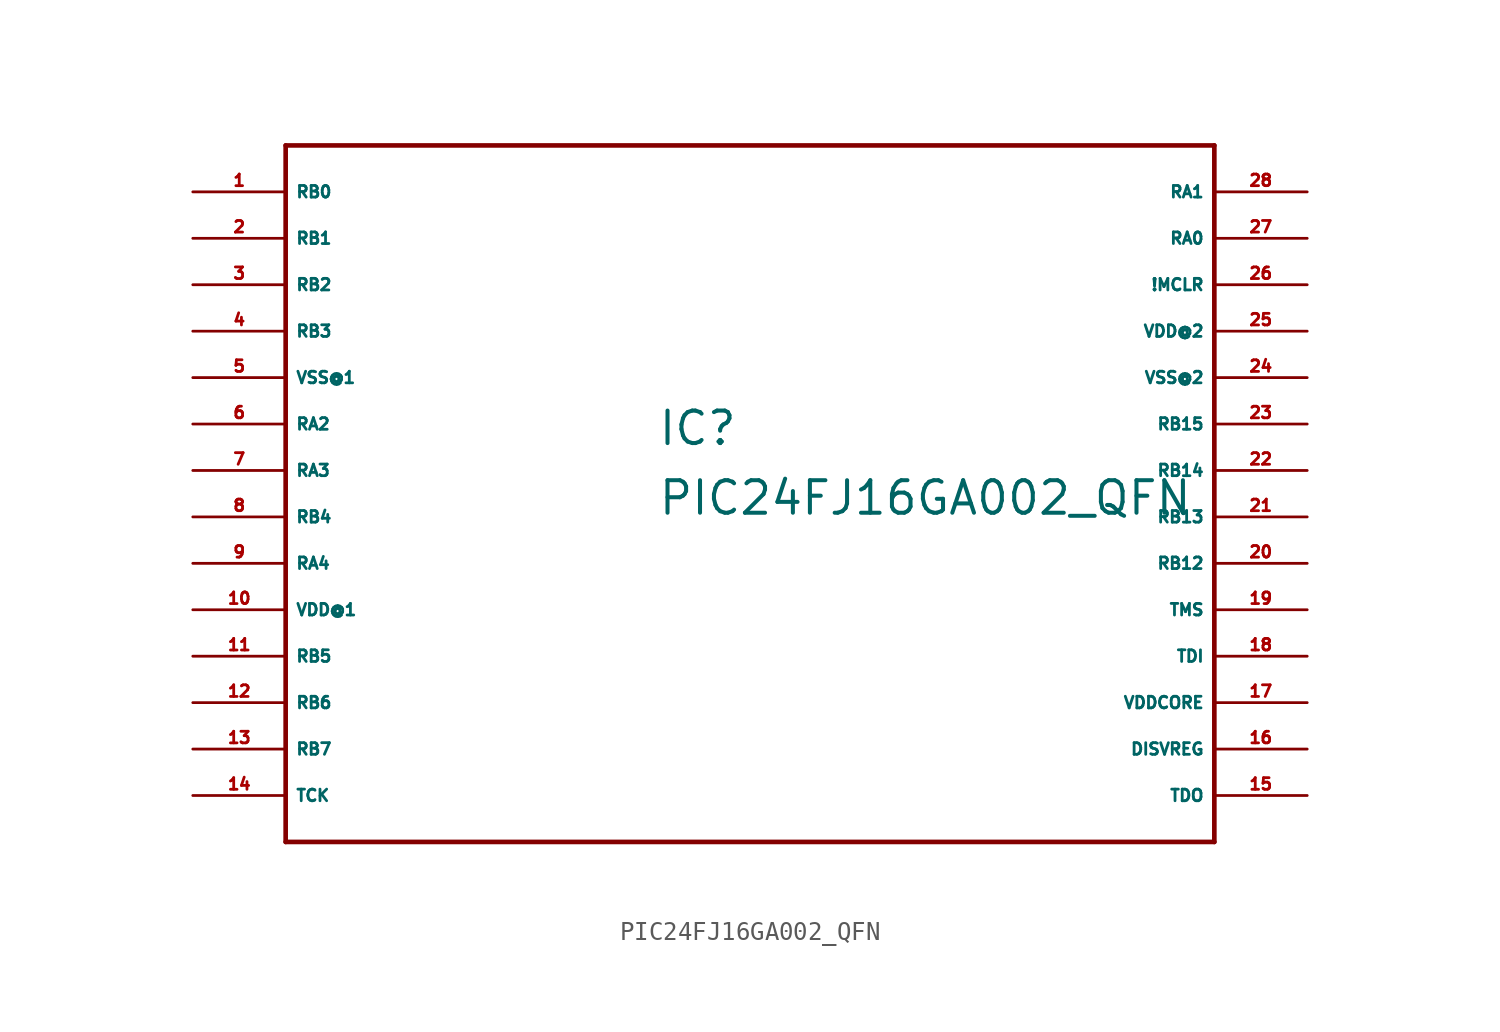
<source format=kicad_sym>
(kicad_symbol_lib
  (version 20220914)
  (generator Eagle2Kicad)
  (symbol "PIC24FJ16GA002_QFN"
    (property "Reference" "IC"
      (at -5.08 1.27 0)
      (effects (font (size 1.778 1.778) (thickness 0.22)) (justify left bottom)))
    (property "Value" "PIC24FJ16GA002_QFN"
      (at -5.08 -2.54 0)
      (effects (font (size 1.778 1.778) (thickness 0.22)) (justify left bottom)))
    (polyline
      (pts (xy -25.4 -20.32) (xy 25.4 -20.32))
      (stroke (width 0.254) (type default))
      (fill (type none)))
    (polyline
      (pts (xy 25.4 -20.32) (xy 25.4 17.78))
      (stroke (width 0.254) (type default))
      (fill (type none)))
    (polyline
      (pts (xy 25.4 17.78) (xy -25.4 17.78))
      (stroke (width 0.254) (type default))
      (fill (type none)))
    (polyline
      (pts (xy -25.4 17.78) (xy -25.4 -20.32))
      (stroke (width 0.254) (type default))
      (fill (type none)))
    (pin bidirectional line
      (at -30.48 15.24 0)
      (length 5.08)
      (name "RB0" (effects (font (size 0.635 0.635) (thickness 0.08)) (justify left bottom)))
      (number "1" (effects (font (size 0.635 0.635) (thickness 0.08)) (justify left bottom))))
    (pin bidirectional line
      (at -30.48 12.7 0)
      (length 5.08)
      (name "RB1" (effects (font (size 0.635 0.635) (thickness 0.08)) (justify left bottom)))
      (number "2" (effects (font (size 0.635 0.635) (thickness 0.08)) (justify left bottom))))
    (pin bidirectional line
      (at -30.48 10.16 0)
      (length 5.08)
      (name "RB2" (effects (font (size 0.635 0.635) (thickness 0.08)) (justify left bottom)))
      (number "3" (effects (font (size 0.635 0.635) (thickness 0.08)) (justify left bottom))))
    (pin bidirectional line
      (at -30.48 7.62 0)
      (length 5.08)
      (name "RB3" (effects (font (size 0.635 0.635) (thickness 0.08)) (justify left bottom)))
      (number "4" (effects (font (size 0.635 0.635) (thickness 0.08)) (justify left bottom))))
    (pin unspecified line
      (at -30.48 5.08 0)
      (length 5.08)
      (name "VSS@1" (effects (font (size 0.635 0.635) (thickness 0.08)) (justify left bottom)))
      (number "5" (effects (font (size 0.635 0.635) (thickness 0.08)) (justify left bottom))))
    (pin bidirectional line
      (at -30.48 2.54 0)
      (length 5.08)
      (name "RA2" (effects (font (size 0.635 0.635) (thickness 0.08)) (justify left bottom)))
      (number "6" (effects (font (size 0.635 0.635) (thickness 0.08)) (justify left bottom))))
    (pin bidirectional line
      (at -30.48 0 0)
      (length 5.08)
      (name "RA3" (effects (font (size 0.635 0.635) (thickness 0.08)) (justify left bottom)))
      (number "7" (effects (font (size 0.635 0.635) (thickness 0.08)) (justify left bottom))))
    (pin bidirectional line
      (at -30.48 -2.54 0)
      (length 5.08)
      (name "RB4" (effects (font (size 0.635 0.635) (thickness 0.08)) (justify left bottom)))
      (number "8" (effects (font (size 0.635 0.635) (thickness 0.08)) (justify left bottom))))
    (pin bidirectional line
      (at -30.48 -5.08 0)
      (length 5.08)
      (name "RA4" (effects (font (size 0.635 0.635) (thickness 0.08)) (justify left bottom)))
      (number "9" (effects (font (size 0.635 0.635) (thickness 0.08)) (justify left bottom))))
    (pin unspecified line
      (at -30.48 -7.62 0)
      (length 5.08)
      (name "VDD@1" (effects (font (size 0.635 0.635) (thickness 0.08)) (justify left bottom)))
      (number "10" (effects (font (size 0.635 0.635) (thickness 0.08)) (justify left bottom))))
    (pin bidirectional line
      (at -30.48 -10.16 0)
      (length 5.08)
      (name "RB5" (effects (font (size 0.635 0.635) (thickness 0.08)) (justify left bottom)))
      (number "11" (effects (font (size 0.635 0.635) (thickness 0.08)) (justify left bottom))))
    (pin bidirectional line
      (at -30.48 -12.7 0)
      (length 5.08)
      (name "RB6" (effects (font (size 0.635 0.635) (thickness 0.08)) (justify left bottom)))
      (number "12" (effects (font (size 0.635 0.635) (thickness 0.08)) (justify left bottom))))
    (pin bidirectional line
      (at -30.48 -15.24 0)
      (length 5.08)
      (name "RB7" (effects (font (size 0.635 0.635) (thickness 0.08)) (justify left bottom)))
      (number "13" (effects (font (size 0.635 0.635) (thickness 0.08)) (justify left bottom))))
    (pin input line
      (at -30.48 -17.78 0)
      (length 5.08)
      (name "TCK" (effects (font (size 0.635 0.635) (thickness 0.08)) (justify left bottom)))
      (number "14" (effects (font (size 0.635 0.635) (thickness 0.08)) (justify left bottom))))
    (pin output line
      (at 30.48 -17.78 180)
      (length 5.08)
      (name "TDO" (effects (font (size 0.635 0.635) (thickness 0.08)) (justify left bottom)))
      (number "15" (effects (font (size 0.635 0.635) (thickness 0.08)) (justify left bottom))))
    (pin passive line
      (at 30.48 -15.24 180)
      (length 5.08)
      (name "DISVREG" (effects (font (size 0.635 0.635) (thickness 0.08)) (justify left bottom)))
      (number "16" (effects (font (size 0.635 0.635) (thickness 0.08)) (justify left bottom))))
    (pin unspecified line
      (at 30.48 -12.7 180)
      (length 5.08)
      (name "VDDCORE" (effects (font (size 0.635 0.635) (thickness 0.08)) (justify left bottom)))
      (number "17" (effects (font (size 0.635 0.635) (thickness 0.08)) (justify left bottom))))
    (pin input line
      (at 30.48 -10.16 180)
      (length 5.08)
      (name "TDI" (effects (font (size 0.635 0.635) (thickness 0.08)) (justify left bottom)))
      (number "18" (effects (font (size 0.635 0.635) (thickness 0.08)) (justify left bottom))))
    (pin input line
      (at 30.48 -7.62 180)
      (length 5.08)
      (name "TMS" (effects (font (size 0.635 0.635) (thickness 0.08)) (justify left bottom)))
      (number "19" (effects (font (size 0.635 0.635) (thickness 0.08)) (justify left bottom))))
    (pin bidirectional line
      (at 30.48 -5.08 180)
      (length 5.08)
      (name "RB12" (effects (font (size 0.635 0.635) (thickness 0.08)) (justify left bottom)))
      (number "20" (effects (font (size 0.635 0.635) (thickness 0.08)) (justify left bottom))))
    (pin bidirectional line
      (at 30.48 -2.54 180)
      (length 5.08)
      (name "RB13" (effects (font (size 0.635 0.635) (thickness 0.08)) (justify left bottom)))
      (number "21" (effects (font (size 0.635 0.635) (thickness 0.08)) (justify left bottom))))
    (pin bidirectional line
      (at 30.48 0 180)
      (length 5.08)
      (name "RB14" (effects (font (size 0.635 0.635) (thickness 0.08)) (justify left bottom)))
      (number "22" (effects (font (size 0.635 0.635) (thickness 0.08)) (justify left bottom))))
    (pin bidirectional line
      (at 30.48 2.54 180)
      (length 5.08)
      (name "RB15" (effects (font (size 0.635 0.635) (thickness 0.08)) (justify left bottom)))
      (number "23" (effects (font (size 0.635 0.635) (thickness 0.08)) (justify left bottom))))
    (pin unspecified line
      (at 30.48 5.08 180)
      (length 5.08)
      (name "VSS@2" (effects (font (size 0.635 0.635) (thickness 0.08)) (justify left bottom)))
      (number "24" (effects (font (size 0.635 0.635) (thickness 0.08)) (justify left bottom))))
    (pin unspecified line
      (at 30.48 7.62 180)
      (length 5.08)
      (name "VDD@2" (effects (font (size 0.635 0.635) (thickness 0.08)) (justify left bottom)))
      (number "25" (effects (font (size 0.635 0.635) (thickness 0.08)) (justify left bottom))))
    (pin bidirectional line
      (at 30.48 10.16 180)
      (length 5.08)
      (name "!MCLR" (effects (font (size 0.635 0.635) (thickness 0.08)) (justify left bottom)))
      (number "26" (effects (font (size 0.635 0.635) (thickness 0.08)) (justify left bottom))))
    (pin bidirectional line
      (at 30.48 12.7 180)
      (length 5.08)
      (name "RA0" (effects (font (size 0.635 0.635) (thickness 0.08)) (justify left bottom)))
      (number "27" (effects (font (size 0.635 0.635) (thickness 0.08)) (justify left bottom))))
    (pin bidirectional line
      (at 30.48 15.24 180)
      (length 5.08)
      (name "RA1" (effects (font (size 0.635 0.635) (thickness 0.08)) (justify left bottom)))
      (number "28" (effects (font (size 0.635 0.635) (thickness 0.08)) (justify left bottom))))))
</source>
